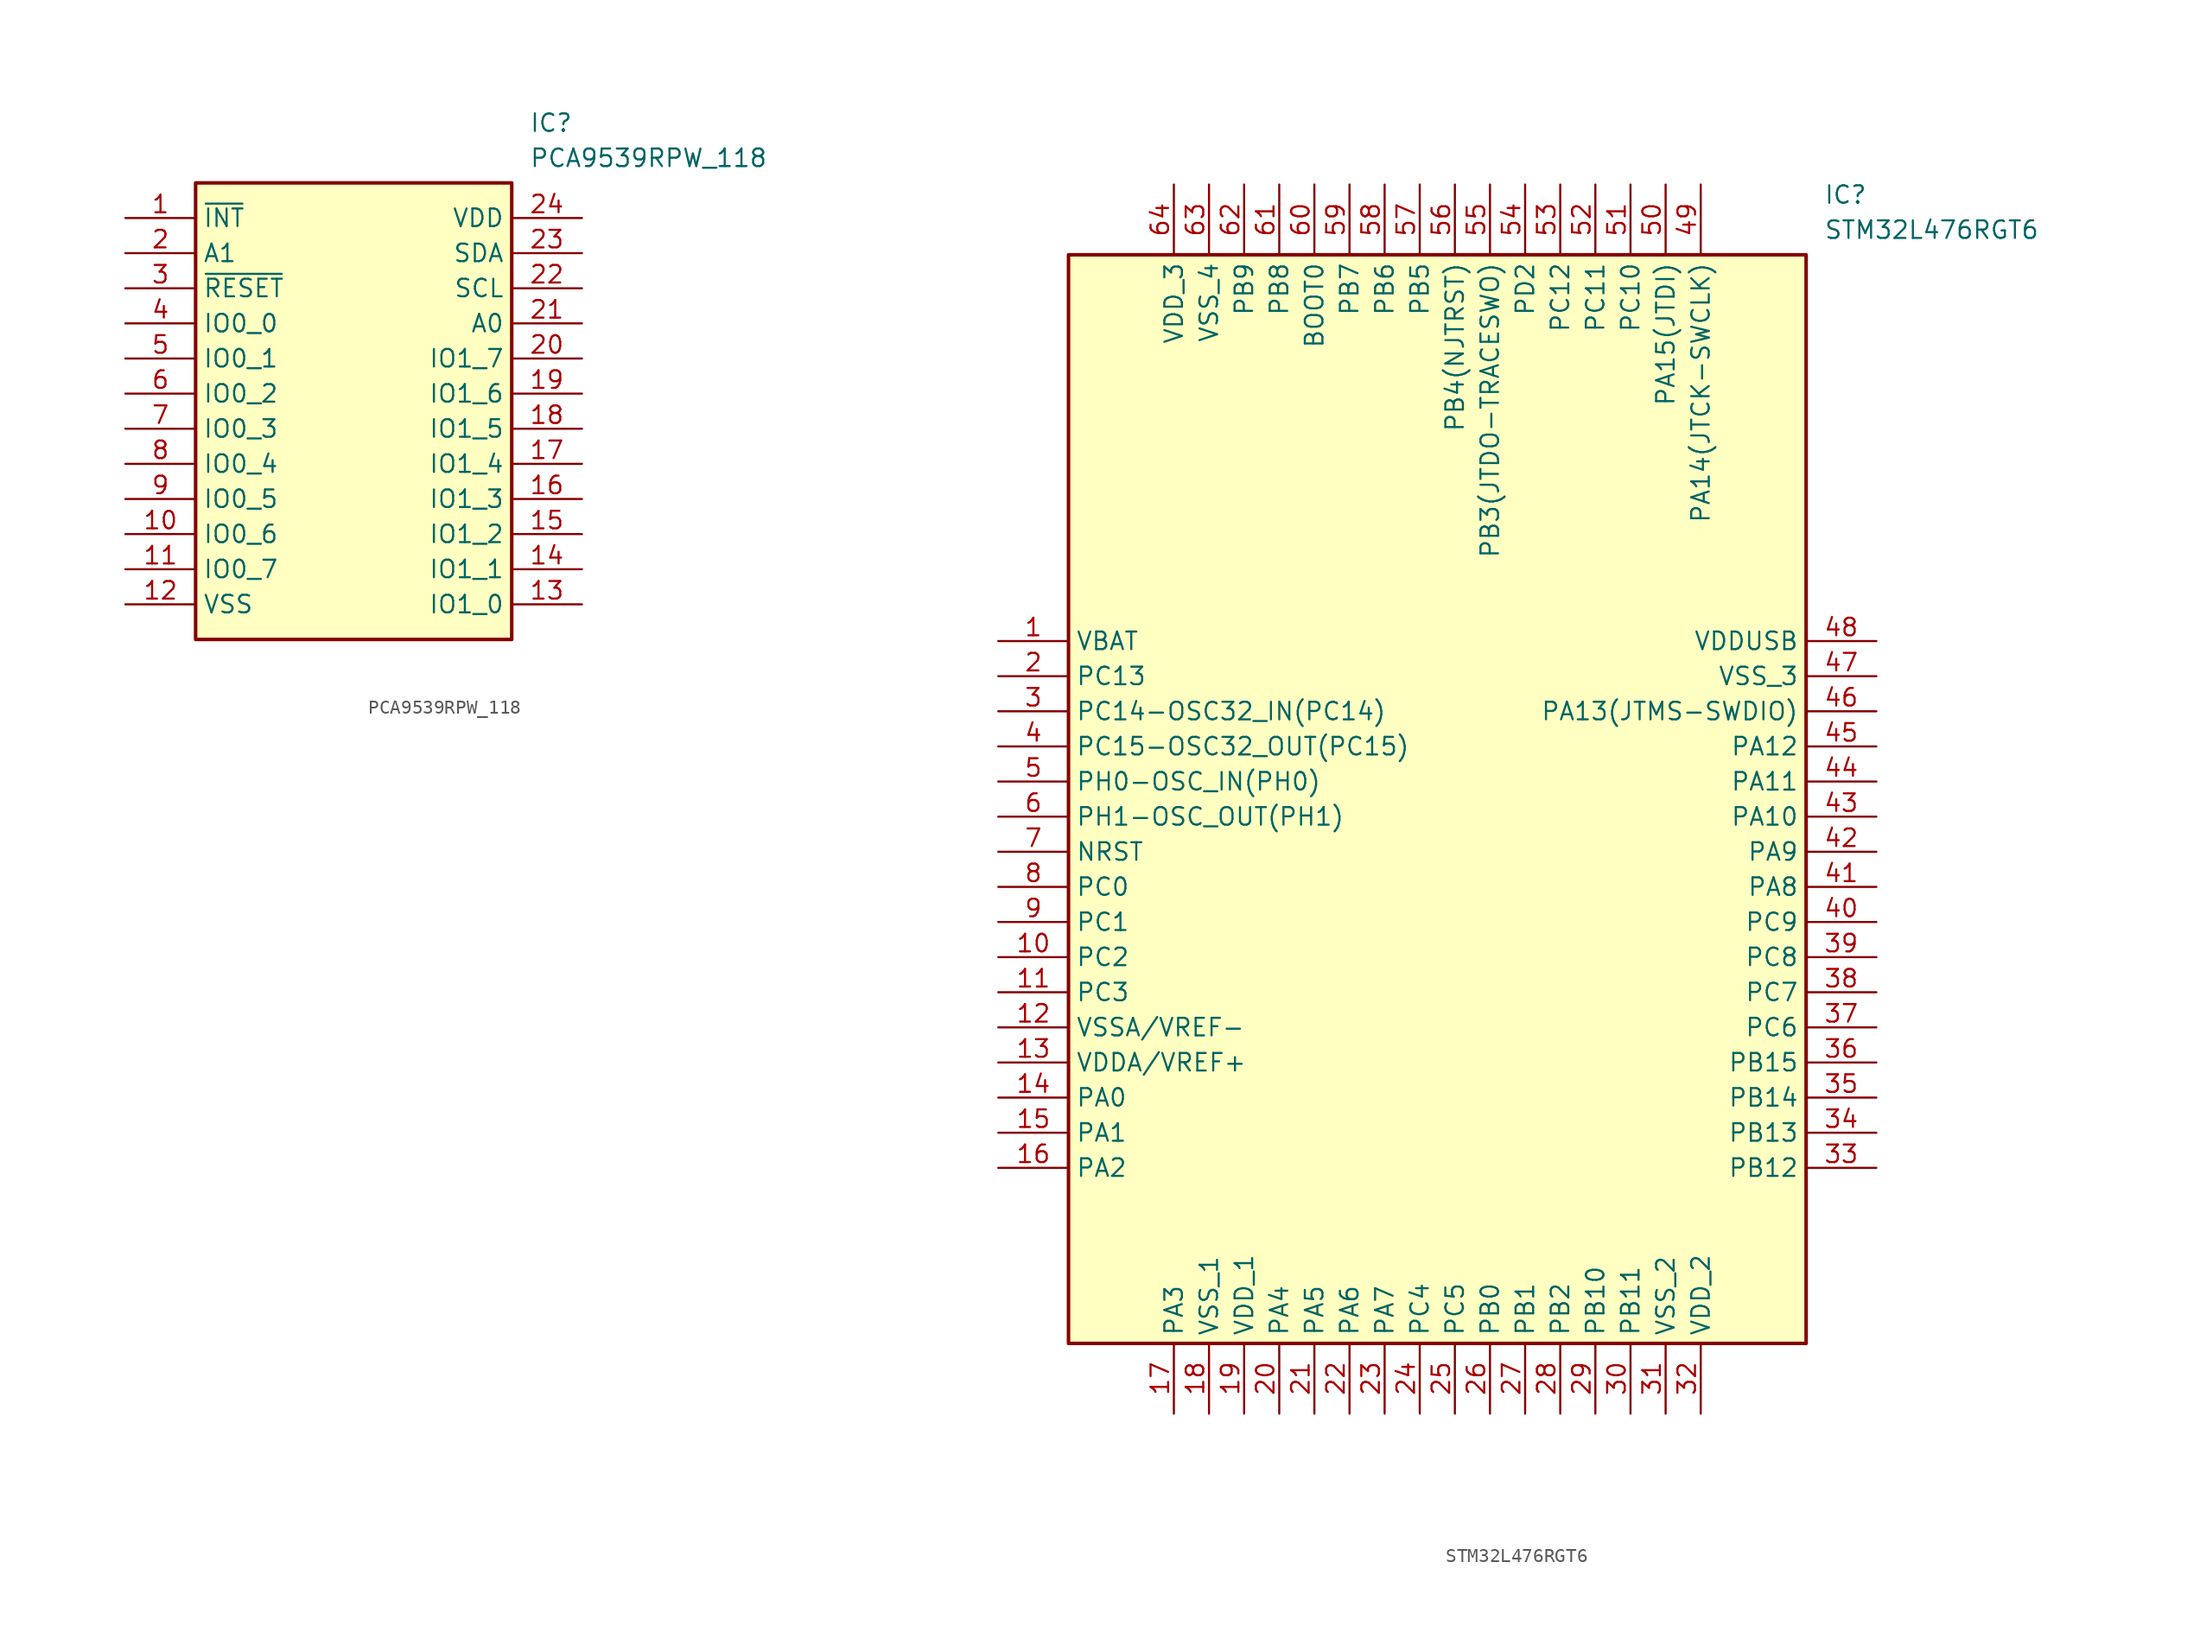
<source format=kicad_sym>
(kicad_symbol_lib
  (version 20220914)
  (generator kicad_symbol_editor)
  (symbol "PCA9539RPW_118"
    (property "Reference" "IC"
      (at 29.21 7.62 0)
      (effects (font (size 1.27 1.27)) (justify left top)))
    (property "Value" "PCA9539RPW_118"
      (at 29.21 5.08 0)
      (effects (font (size 1.27 1.27)) (justify left top)))
    (symbol "PCA9539RPW_118_1_1"
      (rectangle (start 5.08 2.54) (end 27.94 -30.48) (stroke (width 0.254) (type default)) (fill (type background)))
      (pin passive line (at 0 0 0) (length 5.08) (name "~{INT}" (effects (font (size 1.27 1.27)))) (number "1" (effects (font (size 1.27 1.27)))))
      (pin passive line (at 0 -22.86 0) (length 5.08) (name "IO0_6" (effects (font (size 1.27 1.27)))) (number "10" (effects (font (size 1.27 1.27)))))
      (pin passive line (at 0 -25.4 0) (length 5.08) (name "IO0_7" (effects (font (size 1.27 1.27)))) (number "11" (effects (font (size 1.27 1.27)))))
      (pin passive line (at 0 -27.94 0) (length 5.08) (name "VSS" (effects (font (size 1.27 1.27)))) (number "12" (effects (font (size 1.27 1.27)))))
      (pin passive line (at 33.02 -27.94 180) (length 5.08) (name "IO1_0" (effects (font (size 1.27 1.27)))) (number "13" (effects (font (size 1.27 1.27)))))
      (pin passive line (at 33.02 -25.4 180) (length 5.08) (name "IO1_1" (effects (font (size 1.27 1.27)))) (number "14" (effects (font (size 1.27 1.27)))))
      (pin passive line (at 33.02 -22.86 180) (length 5.08) (name "IO1_2" (effects (font (size 1.27 1.27)))) (number "15" (effects (font (size 1.27 1.27)))))
      (pin passive line (at 33.02 -20.32 180) (length 5.08) (name "IO1_3" (effects (font (size 1.27 1.27)))) (number "16" (effects (font (size 1.27 1.27)))))
      (pin passive line (at 33.02 -17.78 180) (length 5.08) (name "IO1_4" (effects (font (size 1.27 1.27)))) (number "17" (effects (font (size 1.27 1.27)))))
      (pin passive line (at 33.02 -15.24 180) (length 5.08) (name "IO1_5" (effects (font (size 1.27 1.27)))) (number "18" (effects (font (size 1.27 1.27)))))
      (pin passive line (at 33.02 -12.7 180) (length 5.08) (name "IO1_6" (effects (font (size 1.27 1.27)))) (number "19" (effects (font (size 1.27 1.27)))))
      (pin passive line (at 0 -2.54 0) (length 5.08) (name "A1" (effects (font (size 1.27 1.27)))) (number "2" (effects (font (size 1.27 1.27)))))
      (pin passive line (at 33.02 -10.16 180) (length 5.08) (name "IO1_7" (effects (font (size 1.27 1.27)))) (number "20" (effects (font (size 1.27 1.27)))))
      (pin passive line (at 33.02 -7.62 180) (length 5.08) (name "A0" (effects (font (size 1.27 1.27)))) (number "21" (effects (font (size 1.27 1.27)))))
      (pin passive line (at 33.02 -5.08 180) (length 5.08) (name "SCL" (effects (font (size 1.27 1.27)))) (number "22" (effects (font (size 1.27 1.27)))))
      (pin passive line (at 33.02 -2.54 180) (length 5.08) (name "SDA" (effects (font (size 1.27 1.27)))) (number "23" (effects (font (size 1.27 1.27)))))
      (pin passive line (at 33.02 0 180) (length 5.08) (name "VDD" (effects (font (size 1.27 1.27)))) (number "24" (effects (font (size 1.27 1.27)))))
      (pin passive line (at 0 -5.08 0) (length 5.08) (name "~{RESET}" (effects (font (size 1.27 1.27)))) (number "3" (effects (font (size 1.27 1.27)))))
      (pin passive line (at 0 -7.62 0) (length 5.08) (name "IO0_0" (effects (font (size 1.27 1.27)))) (number "4" (effects (font (size 1.27 1.27)))))
      (pin passive line (at 0 -10.16 0) (length 5.08) (name "IO0_1" (effects (font (size 1.27 1.27)))) (number "5" (effects (font (size 1.27 1.27)))))
      (pin passive line (at 0 -12.7 0) (length 5.08) (name "IO0_2" (effects (font (size 1.27 1.27)))) (number "6" (effects (font (size 1.27 1.27)))))
      (pin passive line (at 0 -15.24 0) (length 5.08) (name "IO0_3" (effects (font (size 1.27 1.27)))) (number "7" (effects (font (size 1.27 1.27)))))
      (pin passive line (at 0 -17.78 0) (length 5.08) (name "IO0_4" (effects (font (size 1.27 1.27)))) (number "8" (effects (font (size 1.27 1.27)))))
      (pin passive line (at 0 -20.32 0) (length 5.08) (name "IO0_5" (effects (font (size 1.27 1.27)))) (number "9" (effects (font (size 1.27 1.27)))))))
  (symbol "STM32L476RGT6"
    (property "Reference" "IC"
      (at 59.69 33.02 0)
      (effects (font (size 1.27 1.27)) (justify left top)))
    (property "Value" "STM32L476RGT6"
      (at 59.69 30.48 0)
      (effects (font (size 1.27 1.27)) (justify left top)))
    (symbol "STM32L476RGT6_1_1"
      (rectangle (start 5.08 27.94) (end 58.42 -50.8) (stroke (width 0.254) (type default)) (fill (type background)))
      (pin passive line (at 0 0 0) (length 5.08) (name "VBAT" (effects (font (size 1.27 1.27)))) (number "1" (effects (font (size 1.27 1.27)))))
      (pin passive line (at 0 -22.86 0) (length 5.08) (name "PC2" (effects (font (size 1.27 1.27)))) (number "10" (effects (font (size 1.27 1.27)))))
      (pin passive line (at 0 -25.4 0) (length 5.08) (name "PC3" (effects (font (size 1.27 1.27)))) (number "11" (effects (font (size 1.27 1.27)))))
      (pin passive line (at 0 -27.94 0) (length 5.08) (name "VSSA/VREF-" (effects (font (size 1.27 1.27)))) (number "12" (effects (font (size 1.27 1.27)))))
      (pin passive line (at 0 -30.48 0) (length 5.08) (name "VDDA/VREF+" (effects (font (size 1.27 1.27)))) (number "13" (effects (font (size 1.27 1.27)))))
      (pin passive line (at 0 -33.02 0) (length 5.08) (name "PA0" (effects (font (size 1.27 1.27)))) (number "14" (effects (font (size 1.27 1.27)))))
      (pin passive line (at 0 -35.56 0) (length 5.08) (name "PA1" (effects (font (size 1.27 1.27)))) (number "15" (effects (font (size 1.27 1.27)))))
      (pin passive line (at 0 -38.1 0) (length 5.08) (name "PA2" (effects (font (size 1.27 1.27)))) (number "16" (effects (font (size 1.27 1.27)))))
      (pin passive line (at 12.7 -55.88 90) (length 5.08) (name "PA3" (effects (font (size 1.27 1.27)))) (number "17" (effects (font (size 1.27 1.27)))))
      (pin passive line (at 15.24 -55.88 90) (length 5.08) (name "VSS_1" (effects (font (size 1.27 1.27)))) (number "18" (effects (font (size 1.27 1.27)))))
      (pin passive line (at 17.78 -55.88 90) (length 5.08) (name "VDD_1" (effects (font (size 1.27 1.27)))) (number "19" (effects (font (size 1.27 1.27)))))
      (pin passive line (at 0 -2.54 0) (length 5.08) (name "PC13" (effects (font (size 1.27 1.27)))) (number "2" (effects (font (size 1.27 1.27)))))
      (pin passive line (at 20.32 -55.88 90) (length 5.08) (name "PA4" (effects (font (size 1.27 1.27)))) (number "20" (effects (font (size 1.27 1.27)))))
      (pin passive line (at 22.86 -55.88 90) (length 5.08) (name "PA5" (effects (font (size 1.27 1.27)))) (number "21" (effects (font (size 1.27 1.27)))))
      (pin passive line (at 25.4 -55.88 90) (length 5.08) (name "PA6" (effects (font (size 1.27 1.27)))) (number "22" (effects (font (size 1.27 1.27)))))
      (pin passive line (at 27.94 -55.88 90) (length 5.08) (name "PA7" (effects (font (size 1.27 1.27)))) (number "23" (effects (font (size 1.27 1.27)))))
      (pin passive line (at 30.48 -55.88 90) (length 5.08) (name "PC4" (effects (font (size 1.27 1.27)))) (number "24" (effects (font (size 1.27 1.27)))))
      (pin passive line (at 33.02 -55.88 90) (length 5.08) (name "PC5" (effects (font (size 1.27 1.27)))) (number "25" (effects (font (size 1.27 1.27)))))
      (pin passive line (at 35.56 -55.88 90) (length 5.08) (name "PB0" (effects (font (size 1.27 1.27)))) (number "26" (effects (font (size 1.27 1.27)))))
      (pin passive line (at 38.1 -55.88 90) (length 5.08) (name "PB1" (effects (font (size 1.27 1.27)))) (number "27" (effects (font (size 1.27 1.27)))))
      (pin passive line (at 40.64 -55.88 90) (length 5.08) (name "PB2" (effects (font (size 1.27 1.27)))) (number "28" (effects (font (size 1.27 1.27)))))
      (pin passive line (at 43.18 -55.88 90) (length 5.08) (name "PB10" (effects (font (size 1.27 1.27)))) (number "29" (effects (font (size 1.27 1.27)))))
      (pin passive line (at 0 -5.08 0) (length 5.08) (name "PC14-OSC32_IN(PC14)" (effects (font (size 1.27 1.27)))) (number "3" (effects (font (size 1.27 1.27)))))
      (pin passive line (at 45.72 -55.88 90) (length 5.08) (name "PB11" (effects (font (size 1.27 1.27)))) (number "30" (effects (font (size 1.27 1.27)))))
      (pin passive line (at 48.26 -55.88 90) (length 5.08) (name "VSS_2" (effects (font (size 1.27 1.27)))) (number "31" (effects (font (size 1.27 1.27)))))
      (pin passive line (at 50.8 -55.88 90) (length 5.08) (name "VDD_2" (effects (font (size 1.27 1.27)))) (number "32" (effects (font (size 1.27 1.27)))))
      (pin passive line (at 63.5 -38.1 180) (length 5.08) (name "PB12" (effects (font (size 1.27 1.27)))) (number "33" (effects (font (size 1.27 1.27)))))
      (pin passive line (at 63.5 -35.56 180) (length 5.08) (name "PB13" (effects (font (size 1.27 1.27)))) (number "34" (effects (font (size 1.27 1.27)))))
      (pin passive line (at 63.5 -33.02 180) (length 5.08) (name "PB14" (effects (font (size 1.27 1.27)))) (number "35" (effects (font (size 1.27 1.27)))))
      (pin passive line (at 63.5 -30.48 180) (length 5.08) (name "PB15" (effects (font (size 1.27 1.27)))) (number "36" (effects (font (size 1.27 1.27)))))
      (pin passive line (at 63.5 -27.94 180) (length 5.08) (name "PC6" (effects (font (size 1.27 1.27)))) (number "37" (effects (font (size 1.27 1.27)))))
      (pin passive line (at 63.5 -25.4 180) (length 5.08) (name "PC7" (effects (font (size 1.27 1.27)))) (number "38" (effects (font (size 1.27 1.27)))))
      (pin passive line (at 63.5 -22.86 180) (length 5.08) (name "PC8" (effects (font (size 1.27 1.27)))) (number "39" (effects (font (size 1.27 1.27)))))
      (pin passive line (at 0 -7.62 0) (length 5.08) (name "PC15-OSC32_OUT(PC15)" (effects (font (size 1.27 1.27)))) (number "4" (effects (font (size 1.27 1.27)))))
      (pin passive line (at 63.5 -20.32 180) (length 5.08) (name "PC9" (effects (font (size 1.27 1.27)))) (number "40" (effects (font (size 1.27 1.27)))))
      (pin passive line (at 63.5 -17.78 180) (length 5.08) (name "PA8" (effects (font (size 1.27 1.27)))) (number "41" (effects (font (size 1.27 1.27)))))
      (pin passive line (at 63.5 -15.24 180) (length 5.08) (name "PA9" (effects (font (size 1.27 1.27)))) (number "42" (effects (font (size 1.27 1.27)))))
      (pin passive line (at 63.5 -12.7 180) (length 5.08) (name "PA10" (effects (font (size 1.27 1.27)))) (number "43" (effects (font (size 1.27 1.27)))))
      (pin passive line (at 63.5 -10.16 180) (length 5.08) (name "PA11" (effects (font (size 1.27 1.27)))) (number "44" (effects (font (size 1.27 1.27)))))
      (pin passive line (at 63.5 -7.62 180) (length 5.08) (name "PA12" (effects (font (size 1.27 1.27)))) (number "45" (effects (font (size 1.27 1.27)))))
      (pin passive line (at 63.5 -5.08 180) (length 5.08) (name "PA13(JTMS-SWDIO)" (effects (font (size 1.27 1.27)))) (number "46" (effects (font (size 1.27 1.27)))))
      (pin passive line (at 63.5 -2.54 180) (length 5.08) (name "VSS_3" (effects (font (size 1.27 1.27)))) (number "47" (effects (font (size 1.27 1.27)))))
      (pin passive line (at 63.5 0 180) (length 5.08) (name "VDDUSB" (effects (font (size 1.27 1.27)))) (number "48" (effects (font (size 1.27 1.27)))))
      (pin passive line (at 50.8 33.02 270) (length 5.08) (name "PA14(JTCK-SWCLK)" (effects (font (size 1.27 1.27)))) (number "49" (effects (font (size 1.27 1.27)))))
      (pin passive line (at 0 -10.16 0) (length 5.08) (name "PH0-OSC_IN(PH0)" (effects (font (size 1.27 1.27)))) (number "5" (effects (font (size 1.27 1.27)))))
      (pin passive line (at 48.26 33.02 270) (length 5.08) (name "PA15(JTDI)" (effects (font (size 1.27 1.27)))) (number "50" (effects (font (size 1.27 1.27)))))
      (pin passive line (at 45.72 33.02 270) (length 5.08) (name "PC10" (effects (font (size 1.27 1.27)))) (number "51" (effects (font (size 1.27 1.27)))))
      (pin passive line (at 43.18 33.02 270) (length 5.08) (name "PC11" (effects (font (size 1.27 1.27)))) (number "52" (effects (font (size 1.27 1.27)))))
      (pin passive line (at 40.64 33.02 270) (length 5.08) (name "PC12" (effects (font (size 1.27 1.27)))) (number "53" (effects (font (size 1.27 1.27)))))
      (pin passive line (at 38.1 33.02 270) (length 5.08) (name "PD2" (effects (font (size 1.27 1.27)))) (number "54" (effects (font (size 1.27 1.27)))))
      (pin passive line (at 35.56 33.02 270) (length 5.08) (name "PB3(JTDO-TRACESWO)" (effects (font (size 1.27 1.27)))) (number "55" (effects (font (size 1.27 1.27)))))
      (pin passive line (at 33.02 33.02 270) (length 5.08) (name "PB4(NJTRST)" (effects (font (size 1.27 1.27)))) (number "56" (effects (font (size 1.27 1.27)))))
      (pin passive line (at 30.48 33.02 270) (length 5.08) (name "PB5" (effects (font (size 1.27 1.27)))) (number "57" (effects (font (size 1.27 1.27)))))
      (pin passive line (at 27.94 33.02 270) (length 5.08) (name "PB6" (effects (font (size 1.27 1.27)))) (number "58" (effects (font (size 1.27 1.27)))))
      (pin passive line (at 25.4 33.02 270) (length 5.08) (name "PB7" (effects (font (size 1.27 1.27)))) (number "59" (effects (font (size 1.27 1.27)))))
      (pin passive line (at 0 -12.7 0) (length 5.08) (name "PH1-OSC_OUT(PH1)" (effects (font (size 1.27 1.27)))) (number "6" (effects (font (size 1.27 1.27)))))
      (pin passive line (at 22.86 33.02 270) (length 5.08) (name "BOOT0" (effects (font (size 1.27 1.27)))) (number "60" (effects (font (size 1.27 1.27)))))
      (pin passive line (at 20.32 33.02 270) (length 5.08) (name "PB8" (effects (font (size 1.27 1.27)))) (number "61" (effects (font (size 1.27 1.27)))))
      (pin passive line (at 17.78 33.02 270) (length 5.08) (name "PB9" (effects (font (size 1.27 1.27)))) (number "62" (effects (font (size 1.27 1.27)))))
      (pin passive line (at 15.24 33.02 270) (length 5.08) (name "VSS_4" (effects (font (size 1.27 1.27)))) (number "63" (effects (font (size 1.27 1.27)))))
      (pin passive line (at 12.7 33.02 270) (length 5.08) (name "VDD_3" (effects (font (size 1.27 1.27)))) (number "64" (effects (font (size 1.27 1.27)))))
      (pin passive line (at 0 -15.24 0) (length 5.08) (name "NRST" (effects (font (size 1.27 1.27)))) (number "7" (effects (font (size 1.27 1.27)))))
      (pin passive line (at 0 -17.78 0) (length 5.08) (name "PC0" (effects (font (size 1.27 1.27)))) (number "8" (effects (font (size 1.27 1.27)))))
      (pin passive line (at 0 -20.32 0) (length 5.08) (name "PC1" (effects (font (size 1.27 1.27)))) (number "9" (effects (font (size 1.27 1.27))))))))
</source>
